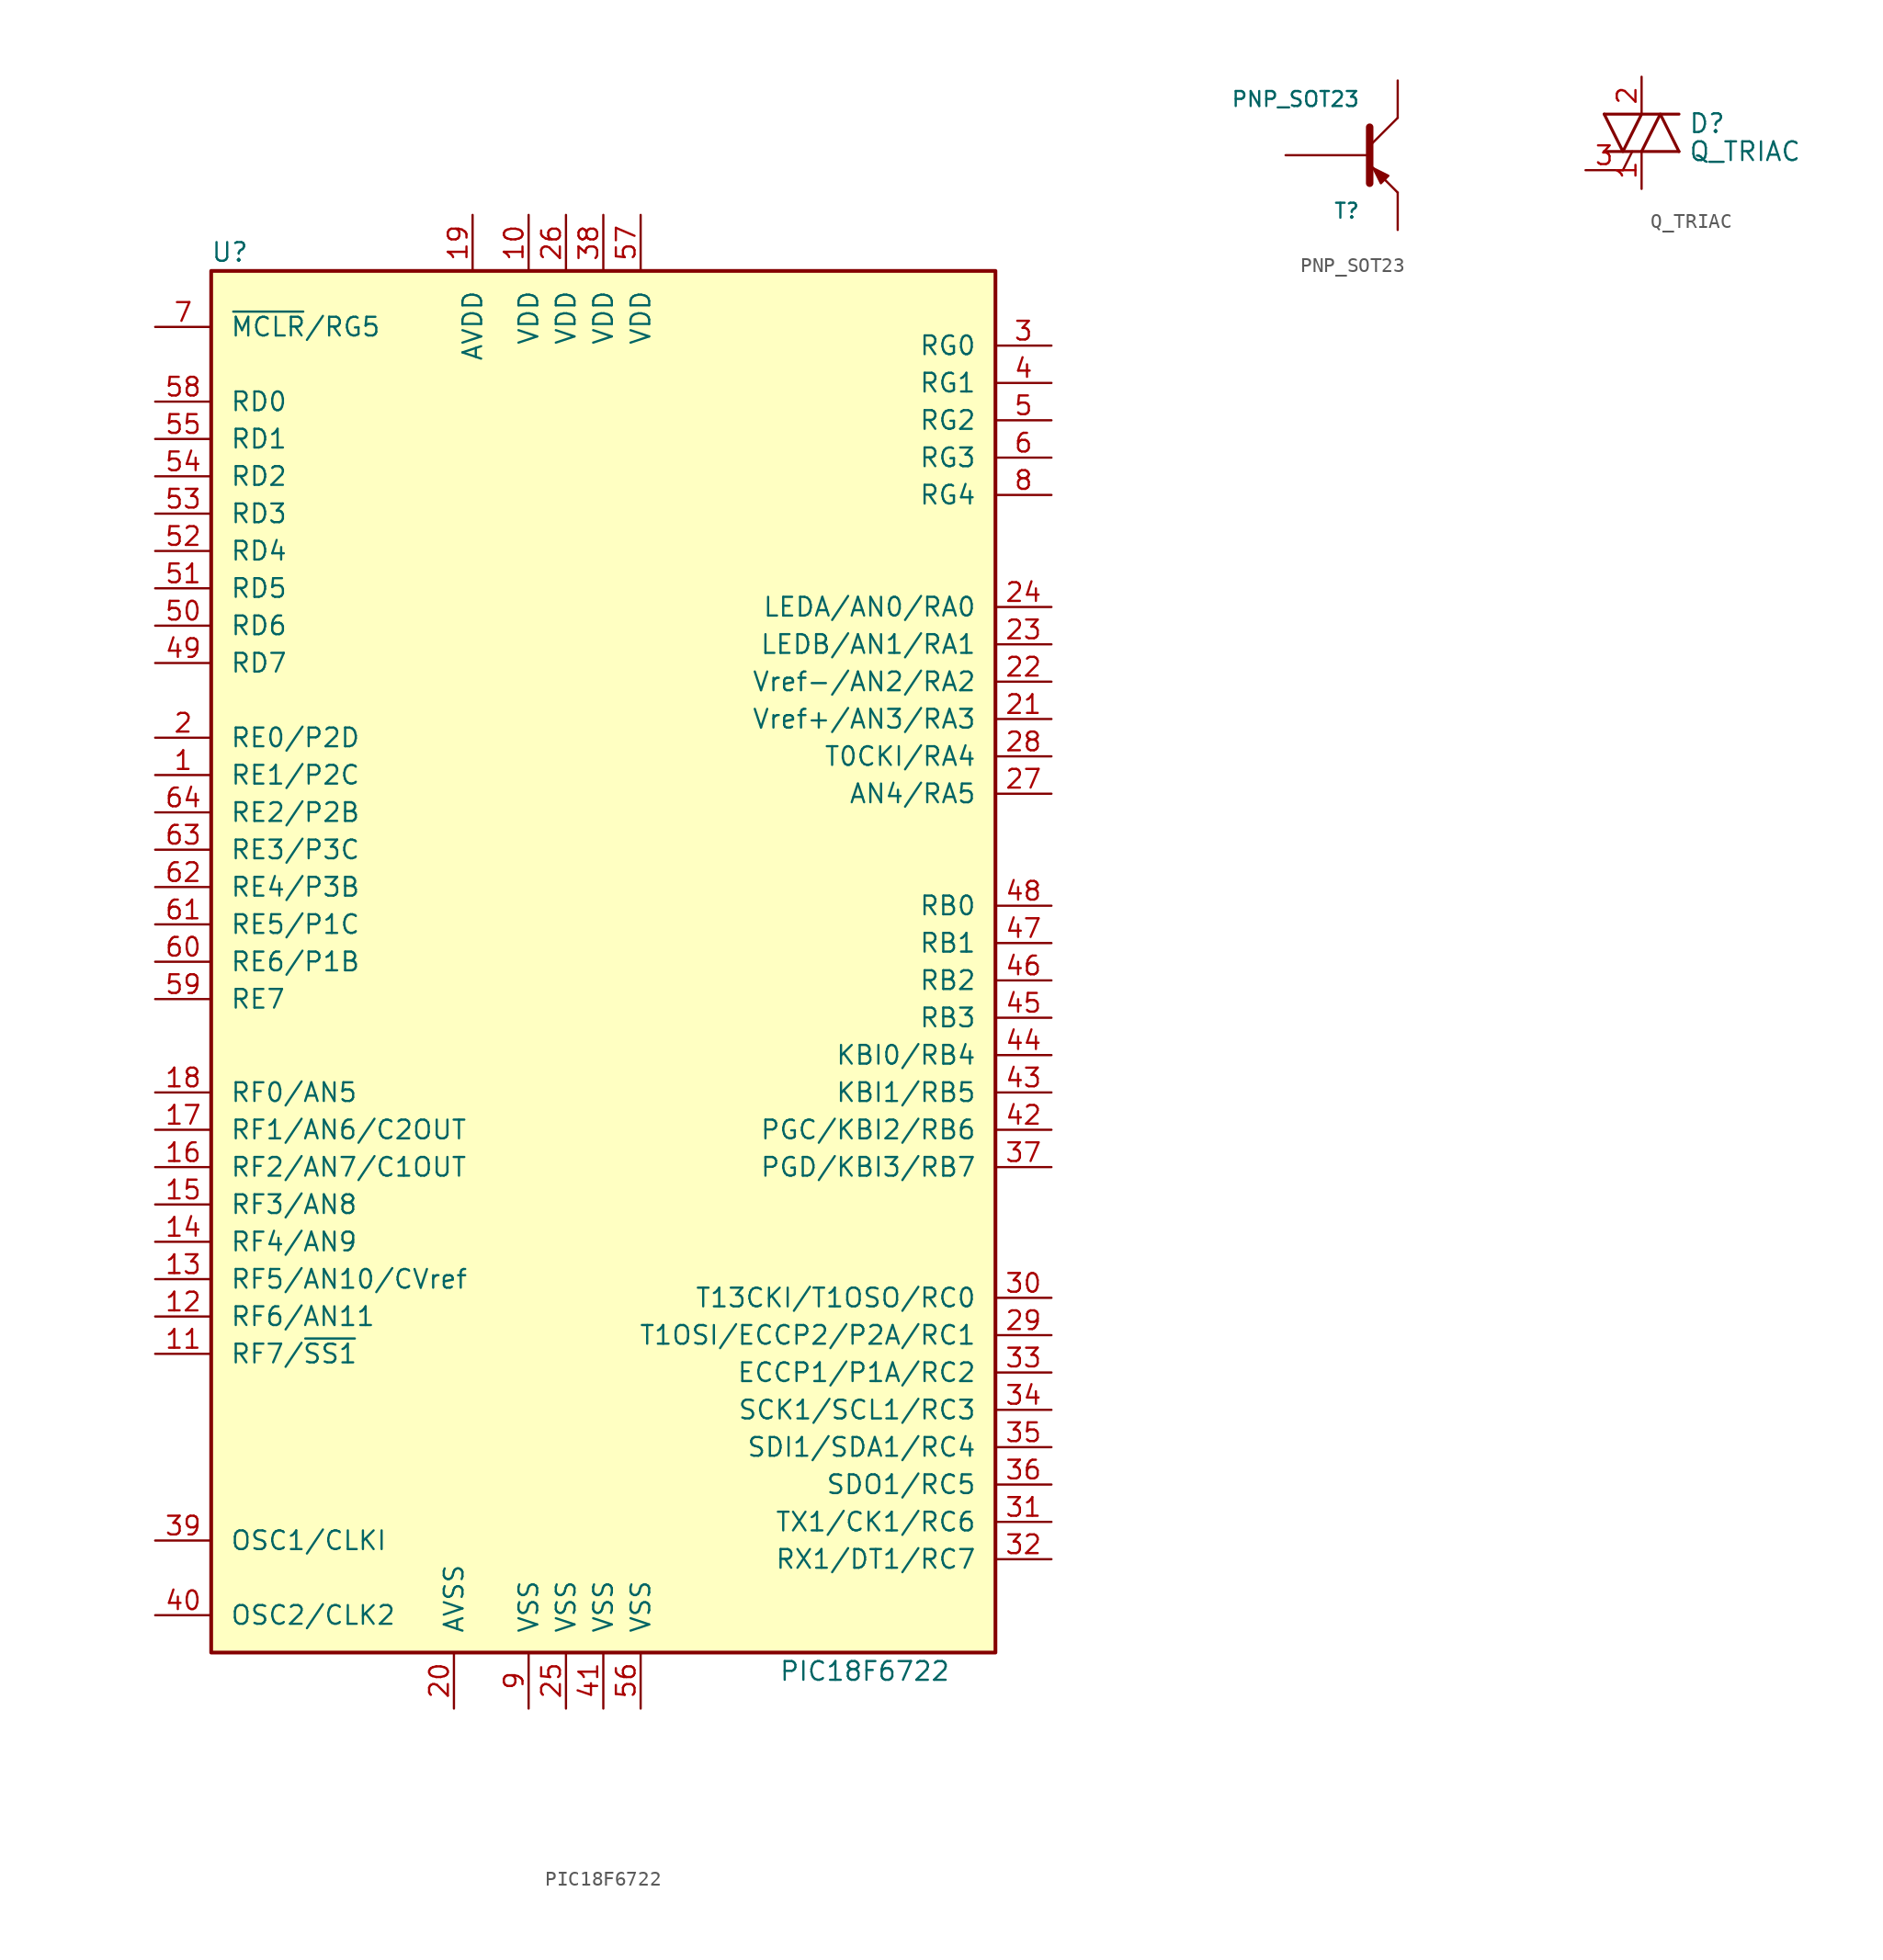
<source format=kicad_sym>
(kicad_symbol_lib
  (version 20211014)
  (generator kicad_symbol_editor)
  (symbol "PIC18F6722"
    (pin_names
      (offset 1.27))
    (property "Reference" "U"
      (at -25.4 48.26 0)
      (effects (font (size 1.27 1.27))))
    (property "Value" "PIC18F6722"
      (at 17.78 -48.26 0)
      (effects (font (size 1.27 1.27))))
    (symbol "PIC18F6722_0_1"
      (rectangle (start -26.67 46.99) (end 26.67 -46.99) (stroke (width 0.254) (type default) (color 0 0 0 0)) (fill (type background))))
    (symbol "PIC18F6722_1_1"
      (pin bidirectional line (at -30.48 12.7 0) (length 3.81) (name "RE1/P2C" (effects (font (size 1.27 1.27)))) (number "1" (effects (font (size 1.27 1.27)))))
      (pin passive line (at -5.08 50.8 270) (length 3.81) (name "VDD" (effects (font (size 1.27 1.27)))) (number "10" (effects (font (size 1.27 1.27)))))
      (pin bidirectional line (at -30.48 -26.67 0) (length 3.81) (name "RF7/~{SS1}" (effects (font (size 1.27 1.27)))) (number "11" (effects (font (size 1.27 1.27)))))
      (pin bidirectional line (at -30.48 -24.13 0) (length 3.81) (name "RF6/AN11" (effects (font (size 1.27 1.27)))) (number "12" (effects (font (size 1.27 1.27)))))
      (pin bidirectional line (at -30.48 -21.59 0) (length 3.81) (name "RF5/AN10/CVref" (effects (font (size 1.27 1.27)))) (number "13" (effects (font (size 1.27 1.27)))))
      (pin bidirectional line (at -30.48 -19.05 0) (length 3.81) (name "RF4/AN9" (effects (font (size 1.27 1.27)))) (number "14" (effects (font (size 1.27 1.27)))))
      (pin bidirectional line (at -30.48 -16.51 0) (length 3.81) (name "RF3/AN8" (effects (font (size 1.27 1.27)))) (number "15" (effects (font (size 1.27 1.27)))))
      (pin bidirectional line (at -30.48 -13.97 0) (length 3.81) (name "RF2/AN7/C1OUT" (effects (font (size 1.27 1.27)))) (number "16" (effects (font (size 1.27 1.27)))))
      (pin bidirectional line (at -30.48 -11.43 0) (length 3.81) (name "RF1/AN6/C2OUT" (effects (font (size 1.27 1.27)))) (number "17" (effects (font (size 1.27 1.27)))))
      (pin passive line (at -30.48 -8.89 0) (length 3.81) (name "RF0/AN5" (effects (font (size 1.27 1.27)))) (number "18" (effects (font (size 1.27 1.27)))))
      (pin power_in line (at -8.89 50.8 270) (length 3.81) (name "AVDD" (effects (font (size 1.27 1.27)))) (number "19" (effects (font (size 1.27 1.27)))))
      (pin bidirectional line (at -30.48 15.24 0) (length 3.81) (name "RE0/P2D" (effects (font (size 1.27 1.27)))) (number "2" (effects (font (size 1.27 1.27)))))
      (pin power_in line (at -10.16 -50.8 90) (length 3.81) (name "AVSS" (effects (font (size 1.27 1.27)))) (number "20" (effects (font (size 1.27 1.27)))))
      (pin bidirectional line (at 30.48 16.51 180) (length 3.81) (name "Vref+/AN3/RA3" (effects (font (size 1.27 1.27)))) (number "21" (effects (font (size 1.27 1.27)))))
      (pin bidirectional line (at 30.48 19.05 180) (length 3.81) (name "Vref-/AN2/RA2" (effects (font (size 1.27 1.27)))) (number "22" (effects (font (size 1.27 1.27)))))
      (pin bidirectional line (at 30.48 21.59 180) (length 3.81) (name "LEDB/AN1/RA1" (effects (font (size 1.27 1.27)))) (number "23" (effects (font (size 1.27 1.27)))))
      (pin bidirectional line (at 30.48 24.13 180) (length 3.81) (name "LEDA/AN0/RA0" (effects (font (size 1.27 1.27)))) (number "24" (effects (font (size 1.27 1.27)))))
      (pin power_in line (at -2.54 -50.8 90) (length 3.81) (name "VSS" (effects (font (size 1.27 1.27)))) (number "25" (effects (font (size 1.27 1.27)))))
      (pin power_in line (at -2.54 50.8 270) (length 3.81) (name "VDD" (effects (font (size 1.27 1.27)))) (number "26" (effects (font (size 1.27 1.27)))))
      (pin bidirectional line (at 30.48 11.43 180) (length 3.81) (name "AN4/RA5" (effects (font (size 1.27 1.27)))) (number "27" (effects (font (size 1.27 1.27)))))
      (pin bidirectional line (at 30.48 13.97 180) (length 3.81) (name "T0CKI/RA4" (effects (font (size 1.27 1.27)))) (number "28" (effects (font (size 1.27 1.27)))))
      (pin bidirectional line (at 30.48 -25.4 180) (length 3.81) (name "T1OSI/ECCP2/P2A/RC1" (effects (font (size 1.27 1.27)))) (number "29" (effects (font (size 1.27 1.27)))))
      (pin bidirectional line (at 30.48 41.91 180) (length 3.81) (name "RG0" (effects (font (size 1.27 1.27)))) (number "3" (effects (font (size 1.27 1.27)))))
      (pin bidirectional line (at 30.48 -22.86 180) (length 3.81) (name "T13CKI/T1OSO/RC0" (effects (font (size 1.27 1.27)))) (number "30" (effects (font (size 1.27 1.27)))))
      (pin bidirectional line (at 30.48 -38.1 180) (length 3.81) (name "TX1/CK1/RC6" (effects (font (size 1.27 1.27)))) (number "31" (effects (font (size 1.27 1.27)))))
      (pin bidirectional line (at 30.48 -40.64 180) (length 3.81) (name "RX1/DT1/RC7" (effects (font (size 1.27 1.27)))) (number "32" (effects (font (size 1.27 1.27)))))
      (pin bidirectional line (at 30.48 -27.94 180) (length 3.81) (name "ECCP1/P1A/RC2" (effects (font (size 1.27 1.27)))) (number "33" (effects (font (size 1.27 1.27)))))
      (pin bidirectional line (at 30.48 -30.48 180) (length 3.81) (name "SCK1/SCL1/RC3" (effects (font (size 1.27 1.27)))) (number "34" (effects (font (size 1.27 1.27)))))
      (pin bidirectional line (at 30.48 -33.02 180) (length 3.81) (name "SDI1/SDA1/RC4" (effects (font (size 1.27 1.27)))) (number "35" (effects (font (size 1.27 1.27)))))
      (pin bidirectional line (at 30.48 -35.56 180) (length 3.81) (name "SDO1/RC5" (effects (font (size 1.27 1.27)))) (number "36" (effects (font (size 1.27 1.27)))))
      (pin bidirectional line (at 30.48 -13.97 180) (length 3.81) (name "PGD/KBI3/RB7" (effects (font (size 1.27 1.27)))) (number "37" (effects (font (size 1.27 1.27)))))
      (pin power_in line (at 0 50.8 270) (length 3.81) (name "VDD" (effects (font (size 1.27 1.27)))) (number "38" (effects (font (size 1.27 1.27)))))
      (pin input line (at -30.48 -39.37 0) (length 3.81) (name "OSC1/CLKI" (effects (font (size 1.27 1.27)))) (number "39" (effects (font (size 1.27 1.27)))))
      (pin bidirectional line (at 30.48 39.37 180) (length 3.81) (name "RG1" (effects (font (size 1.27 1.27)))) (number "4" (effects (font (size 1.27 1.27)))))
      (pin output line (at -30.48 -44.45 0) (length 3.81) (name "OSC2/CLK2" (effects (font (size 1.27 1.27)))) (number "40" (effects (font (size 1.27 1.27)))))
      (pin power_in line (at 0 -50.8 90) (length 3.81) (name "VSS" (effects (font (size 1.27 1.27)))) (number "41" (effects (font (size 1.27 1.27)))))
      (pin bidirectional line (at 30.48 -11.43 180) (length 3.81) (name "PGC/KBI2/RB6" (effects (font (size 1.27 1.27)))) (number "42" (effects (font (size 1.27 1.27)))))
      (pin bidirectional line (at 30.48 -8.89 180) (length 3.81) (name "KBI1/RB5" (effects (font (size 1.27 1.27)))) (number "43" (effects (font (size 1.27 1.27)))))
      (pin bidirectional line (at 30.48 -6.35 180) (length 3.81) (name "KBI0/RB4" (effects (font (size 1.27 1.27)))) (number "44" (effects (font (size 1.27 1.27)))))
      (pin power_in line (at 30.48 -3.81 180) (length 3.81) (name "RB3" (effects (font (size 1.27 1.27)))) (number "45" (effects (font (size 1.27 1.27)))))
      (pin passive line (at 30.48 -1.27 180) (length 3.81) (name "RB2" (effects (font (size 1.27 1.27)))) (number "46" (effects (font (size 1.27 1.27)))))
      (pin passive line (at 30.48 1.27 180) (length 3.81) (name "RB1" (effects (font (size 1.27 1.27)))) (number "47" (effects (font (size 1.27 1.27)))))
      (pin power_in line (at 30.48 3.81 180) (length 3.81) (name "RB0" (effects (font (size 1.27 1.27)))) (number "48" (effects (font (size 1.27 1.27)))))
      (pin power_in line (at -30.48 20.32 0) (length 3.81) (name "RD7" (effects (font (size 1.27 1.27)))) (number "49" (effects (font (size 1.27 1.27)))))
      (pin bidirectional line (at 30.48 36.83 180) (length 3.81) (name "RG2" (effects (font (size 1.27 1.27)))) (number "5" (effects (font (size 1.27 1.27)))))
      (pin passive line (at -30.48 22.86 0) (length 3.81) (name "RD6" (effects (font (size 1.27 1.27)))) (number "50" (effects (font (size 1.27 1.27)))))
      (pin passive line (at -30.48 25.4 0) (length 3.81) (name "RD5" (effects (font (size 1.27 1.27)))) (number "51" (effects (font (size 1.27 1.27)))))
      (pin power_in line (at -30.48 27.94 0) (length 3.81) (name "RD4" (effects (font (size 1.27 1.27)))) (number "52" (effects (font (size 1.27 1.27)))))
      (pin passive line (at -30.48 30.48 0) (length 3.81) (name "RD3" (effects (font (size 1.27 1.27)))) (number "53" (effects (font (size 1.27 1.27)))))
      (pin power_in line (at -30.48 33.02 0) (length 3.81) (name "RD2" (effects (font (size 1.27 1.27)))) (number "54" (effects (font (size 1.27 1.27)))))
      (pin power_in line (at -30.48 35.56 0) (length 3.81) (name "RD1" (effects (font (size 1.27 1.27)))) (number "55" (effects (font (size 1.27 1.27)))))
      (pin power_in line (at 2.54 -50.8 90) (length 3.81) (name "VSS" (effects (font (size 1.27 1.27)))) (number "56" (effects (font (size 1.27 1.27)))))
      (pin power_in line (at 2.54 50.8 270) (length 3.81) (name "VDD" (effects (font (size 1.27 1.27)))) (number "57" (effects (font (size 1.27 1.27)))))
      (pin bidirectional line (at -30.48 38.1 0) (length 3.81) (name "RD0" (effects (font (size 1.27 1.27)))) (number "58" (effects (font (size 1.27 1.27)))))
      (pin bidirectional line (at -30.48 -2.54 0) (length 3.81) (name "RE7" (effects (font (size 1.27 1.27)))) (number "59" (effects (font (size 1.27 1.27)))))
      (pin bidirectional line (at 30.48 34.29 180) (length 3.81) (name "RG3" (effects (font (size 1.27 1.27)))) (number "6" (effects (font (size 1.27 1.27)))))
      (pin bidirectional line (at -30.48 0 0) (length 3.81) (name "RE6/P1B" (effects (font (size 1.27 1.27)))) (number "60" (effects (font (size 1.27 1.27)))))
      (pin bidirectional line (at -30.48 2.54 0) (length 3.81) (name "RE5/P1C" (effects (font (size 1.27 1.27)))) (number "61" (effects (font (size 1.27 1.27)))))
      (pin bidirectional line (at -30.48 5.08 0) (length 3.81) (name "RE4/P3B" (effects (font (size 1.27 1.27)))) (number "62" (effects (font (size 1.27 1.27)))))
      (pin bidirectional line (at -30.48 7.62 0) (length 3.81) (name "RE3/P3C" (effects (font (size 1.27 1.27)))) (number "63" (effects (font (size 1.27 1.27)))))
      (pin bidirectional line (at -30.48 10.16 0) (length 3.81) (name "RE2/P2B" (effects (font (size 1.27 1.27)))) (number "64" (effects (font (size 1.27 1.27)))))
      (pin input line (at -30.48 43.18 0) (length 3.81) (name "~{MCLR}/RG5" (effects (font (size 1.27 1.27)))) (number "7" (effects (font (size 1.27 1.27)))))
      (pin bidirectional line (at 30.48 31.75 180) (length 3.81) (name "RG4" (effects (font (size 1.27 1.27)))) (number "8" (effects (font (size 1.27 1.27)))))
      (pin power_in line (at -5.08 -50.8 90) (length 3.81) (name "VSS" (effects (font (size 1.27 1.27)))) (number "9" (effects (font (size 1.27 1.27)))))))
  (symbol "PNP_SOT23"
    (pin_numbers hide)
    (pin_names
      (offset 0) hide)
    (property "Reference" "T"
      (at 0 -3.785 0)
      (effects (font (size 1.016 1.016)) (justify right)))
    (property "Value" "PNP_SOT23"
      (at 0 3.81 0)
      (effects (font (size 1.016 1.016)) (justify right)))
    (property "Footprint" ""
      (at 7.62 3.81 0)
      (effects (font (size 0.737 0.737))))
    (property "Datasheet" ""
      (at 0 0 0)
      (effects (font (size 1.524 1.524))))
    (symbol "PNP_SOT23_0_1"
      (polyline (pts (xy 2.54 -2.54) (xy 0.635 -0.635)) (stroke (width 0) (type default) (color 0 0 0 0)) (fill (type none)))
      (polyline (pts (xy 2.54 2.54) (xy 0.635 0.635)) (stroke (width 0) (type default) (color 0 0 0 0)) (fill (type none)))
      (polyline (pts (xy 0.635 1.905) (xy 0.635 -1.905) (xy 0.635 -1.905)) (stroke (width 0.508) (type default) (color 0 0 0 0)) (fill (type outline)))
      (polyline (pts (xy 1.397 -1.905) (xy 1.905 -1.397) (xy 0.889 -0.889) (xy 1.397 -1.905) (xy 1.397 -1.905)) (stroke (width 0) (type default) (color 0 0 0 0)) (fill (type outline))))
    (symbol "PNP_SOT23_1_1"
      (pin input line (at -5.08 0 0) (length 5.715) (name "B" (effects (font (size 1.016 1.016)))) (number "1" (effects (font (size 1.016 1.016)))))
      (pin passive line (at 2.54 -5.08 90) (length 2.54) (name "E" (effects (font (size 1.016 1.016)))) (number "2" (effects (font (size 1.016 1.016)))))
      (pin passive line (at 2.54 5.08 270) (length 2.54) (name "C" (effects (font (size 1.016 1.016)))) (number "3" (effects (font (size 1.016 1.016)))))))
  (symbol "Q_TRIAC"
    (pin_names
      (offset 0) hide)
    (property "Reference" "D"
      (at 3.175 0.635 0)
      (effects (font (size 1.27 1.27)) (justify left)))
    (property "Value" "Q_TRIAC"
      (at 3.175 -1.27 0)
      (effects (font (size 1.27 1.27)) (justify left)))
    (symbol "Q_TRIAC_0_1"
      (polyline (pts (xy -2.54 -1.27) (xy 2.54 -1.27)) (stroke (width 0.203) (type default) (color 0 0 0 0)) (fill (type none)))
      (polyline (pts (xy -2.54 1.27) (xy 2.54 1.27)) (stroke (width 0.203) (type default) (color 0 0 0 0)) (fill (type none)))
      (polyline (pts (xy -1.27 -2.54) (xy -0.635 -1.27)) (stroke (width 0) (type default) (color 0 0 0 0)) (fill (type none)))
      (polyline (pts (xy -2.54 1.27) (xy -1.27 -1.27) (xy 0 1.27)) (stroke (width 0.203) (type default) (color 0 0 0 0)) (fill (type none)))
      (polyline (pts (xy 0 -1.27) (xy 1.27 1.27) (xy 2.54 -1.27)) (stroke (width 0.203) (type default) (color 0 0 0 0)) (fill (type none))))
    (symbol "Q_TRIAC_1_1"
      (pin passive line (at 0 -3.81 90) (length 2.54) (name "A2" (effects (font (size 1.27 1.27)))) (number "1" (effects (font (size 1.27 1.27)))))
      (pin passive line (at 0 3.81 270) (length 2.54) (name "A1" (effects (font (size 1.27 1.27)))) (number "2" (effects (font (size 1.27 1.27)))))
      (pin input line (at -3.81 -2.54 0) (length 2.54) (name "G" (effects (font (size 1.27 1.27)))) (number "3" (effects (font (size 1.27 1.27))))))))
</source>
